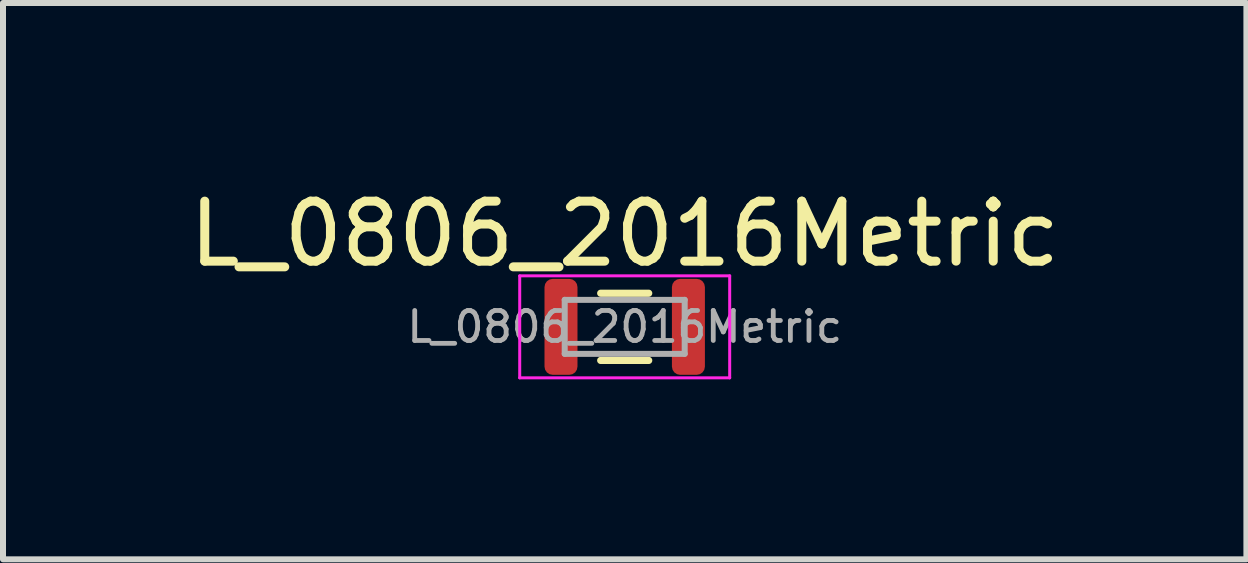
<source format=kicad_pcb>
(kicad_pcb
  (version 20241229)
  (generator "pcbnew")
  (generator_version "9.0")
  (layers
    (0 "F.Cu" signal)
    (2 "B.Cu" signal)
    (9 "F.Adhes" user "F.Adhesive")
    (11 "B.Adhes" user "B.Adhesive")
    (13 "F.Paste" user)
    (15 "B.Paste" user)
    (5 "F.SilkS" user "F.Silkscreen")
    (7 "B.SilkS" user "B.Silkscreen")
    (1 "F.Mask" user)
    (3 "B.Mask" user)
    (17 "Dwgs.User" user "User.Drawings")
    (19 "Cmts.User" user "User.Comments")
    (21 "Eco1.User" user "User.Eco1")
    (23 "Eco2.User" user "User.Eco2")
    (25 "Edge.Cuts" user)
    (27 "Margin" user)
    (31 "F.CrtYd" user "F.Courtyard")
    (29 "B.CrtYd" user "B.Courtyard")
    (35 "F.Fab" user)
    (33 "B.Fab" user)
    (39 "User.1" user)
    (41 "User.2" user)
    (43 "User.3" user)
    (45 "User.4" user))
  (footprint "L_0806_2016Metric"
    (layer "F.Cu")
    (at 7.363 2.398)
    (property "Reference" "L_0806_2016Metric" (at 0 -1.55 0) (layer "F.SilkS") (effects (font (size 1 1) (thickness 0.15))))
    (attr smd)
    (fp_line (start -0.4 -0.56) (end 0.4 -0.56) (stroke (width 0.12) (type solid)) (layer "F.SilkS"))
    (fp_line (start -0.4 0.56) (end 0.4 0.56) (stroke (width 0.12) (type solid)) (layer "F.SilkS"))
    (fp_line (start -1.75 -0.85) (end 1.75 -0.85) (stroke (width 0.05) (type solid)) (layer "F.CrtYd"))
    (fp_line (start -1.75 0.85) (end -1.75 -0.85) (stroke (width 0.05) (type solid)) (layer "F.CrtYd"))
    (fp_line (start 1.75 -0.85) (end 1.75 0.85) (stroke (width 0.05) (type solid)) (layer "F.CrtYd"))
    (fp_line (start 1.75 0.85) (end -1.75 0.85) (stroke (width 0.05) (type solid)) (layer "F.CrtYd"))
    (fp_line (start -1 -0.45) (end 1 -0.45) (stroke (width 0.1) (type solid)) (layer "F.Fab"))
    (fp_line (start -1 0.45) (end -1 -0.45) (stroke (width 0.1) (type solid)) (layer "F.Fab"))
    (fp_line (start 1 -0.45) (end 1 0.45) (stroke (width 0.1) (type solid)) (layer "F.Fab"))
    (fp_line (start 1 0.45) (end -1 0.45) (stroke (width 0.1) (type solid)) (layer "F.Fab"))
    (fp_text user "${REFERENCE}" (at 0 0 0) (layer "F.Fab") (effects (font (size 0.5 0.5) (thickness 0.08))))
    (pad "1" smd roundrect (at -1.062 0) (size 0.55 1.6) (layers "F.Cu" "F.Mask" "F.Paste") (roundrect_rratio 0.25))
    (pad "2" smd roundrect (at 1.062 0) (size 0.55 1.6) (layers "F.Cu" "F.Mask" "F.Paste") (roundrect_rratio 0.25)))
  (gr_rect
    (start -3 -3)
    (end 17.726 6.273)
    (stroke (width 0.1) (type default))
    (fill no)
    (layer "Edge.Cuts")))
</source>
